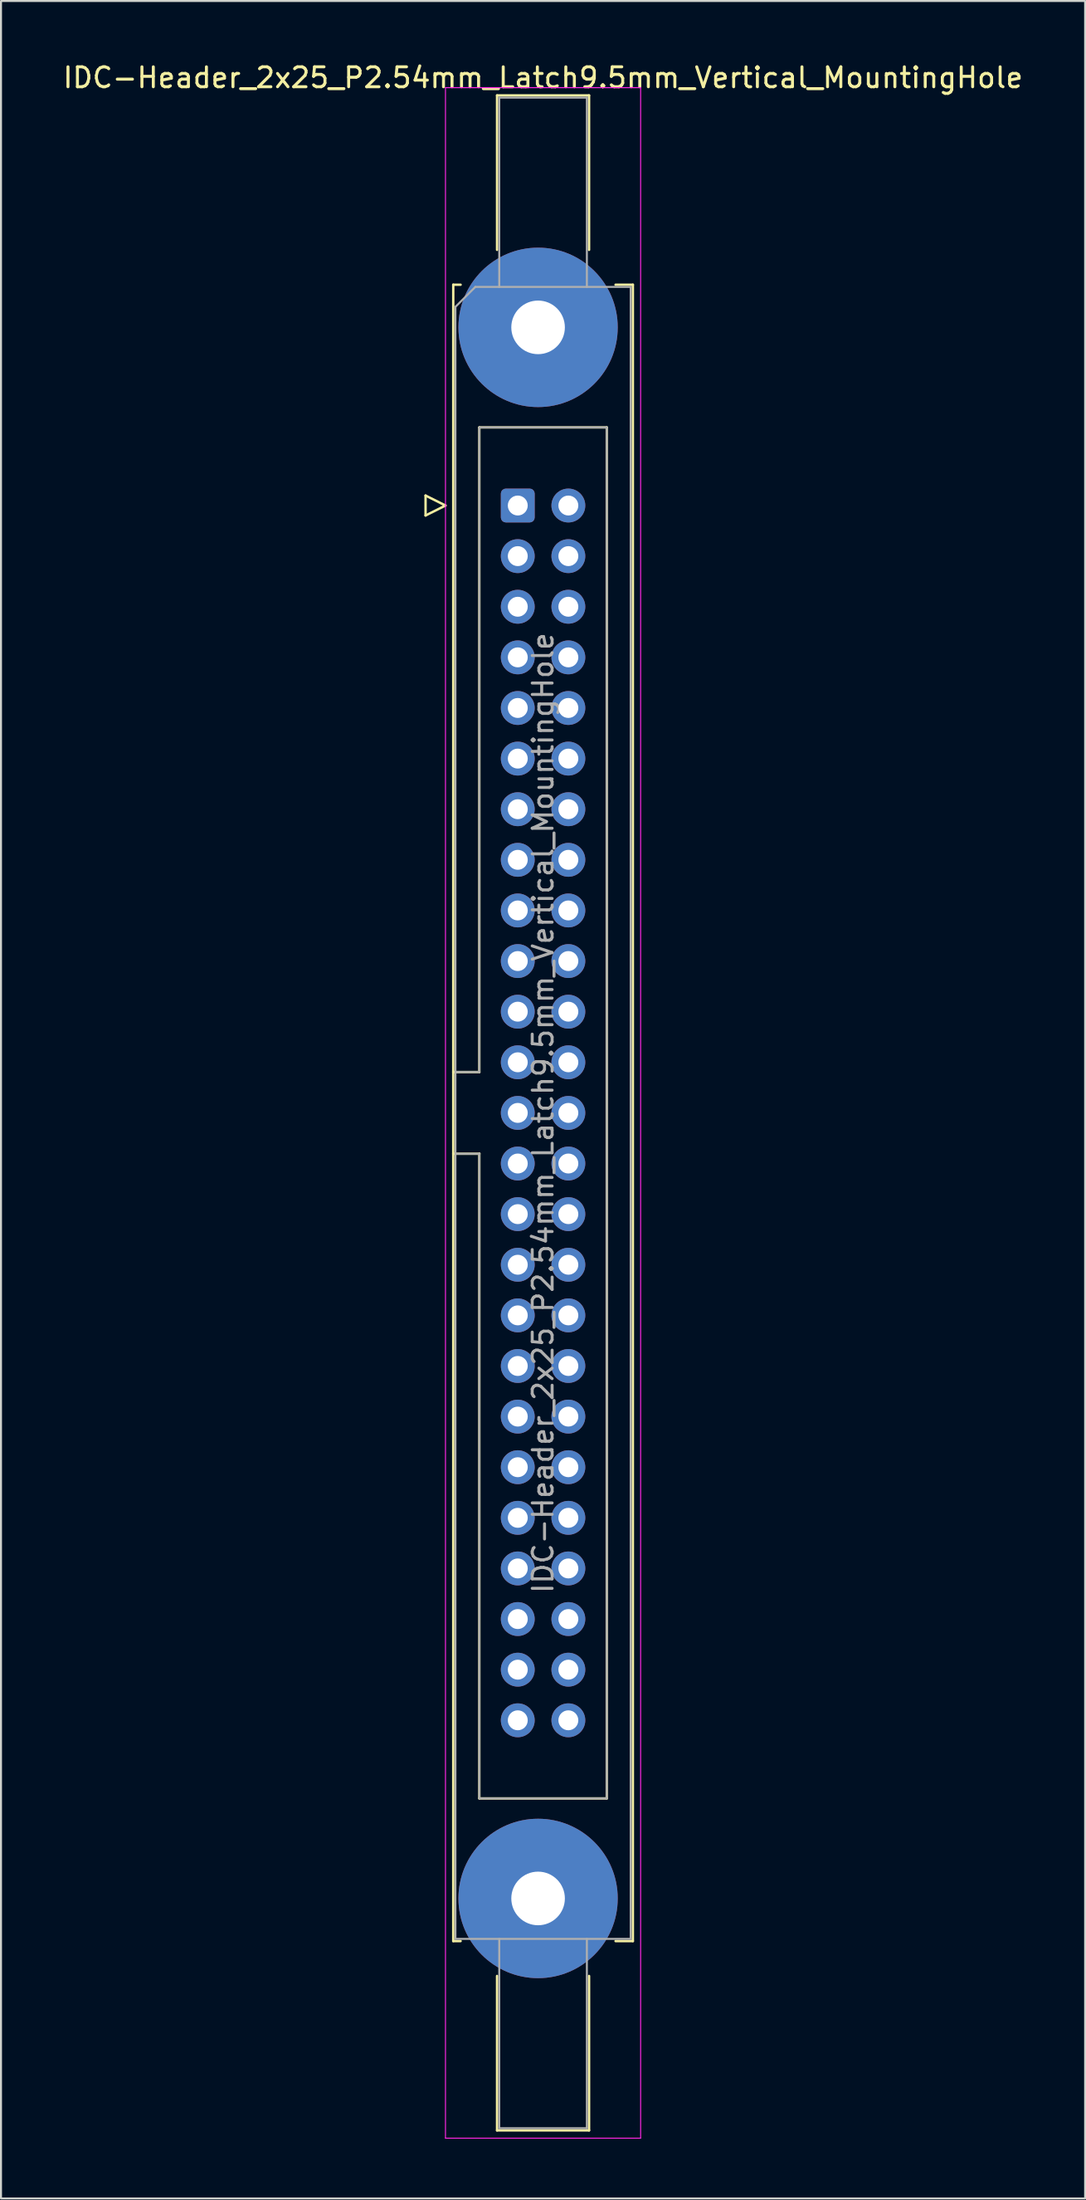
<source format=kicad_pcb>
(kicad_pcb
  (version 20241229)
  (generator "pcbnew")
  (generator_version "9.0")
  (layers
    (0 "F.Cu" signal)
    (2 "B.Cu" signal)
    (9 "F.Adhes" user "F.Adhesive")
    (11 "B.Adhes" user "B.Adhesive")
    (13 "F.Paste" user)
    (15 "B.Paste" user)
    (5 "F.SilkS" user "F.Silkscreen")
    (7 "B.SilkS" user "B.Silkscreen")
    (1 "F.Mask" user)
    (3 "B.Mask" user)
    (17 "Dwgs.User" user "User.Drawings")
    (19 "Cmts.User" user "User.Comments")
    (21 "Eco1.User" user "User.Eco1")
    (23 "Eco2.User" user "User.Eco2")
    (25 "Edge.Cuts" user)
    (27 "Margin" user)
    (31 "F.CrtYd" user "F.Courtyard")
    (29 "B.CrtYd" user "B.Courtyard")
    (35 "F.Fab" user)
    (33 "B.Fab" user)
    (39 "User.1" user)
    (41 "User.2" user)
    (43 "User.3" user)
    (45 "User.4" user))
  (footprint "IDC-Header_2x25_P2.54mm_Latch9.5mm_Vertical_MountingHole"
    (layer "F.Cu")
    (at 22.95 22.318)
    (property "Reference" "IDC-Header_2x25_P2.54mm_Latch9.5mm_Vertical_MountingHole" (at 1.27 -21.47 0) (layer "F.SilkS") (effects (font (size 1 1) (thickness 0.15))))
    (attr through_hole)
    (fp_line (start -4.63 -0.5) (end -4.63 0.5) (stroke (width 0.12) (type solid)) (layer "F.SilkS"))
    (fp_line (start -4.63 0.5) (end -3.63 0) (stroke (width 0.12) (type solid)) (layer "F.SilkS"))
    (fp_line (start -3.63 0) (end -4.63 -0.5) (stroke (width 0.12) (type solid)) (layer "F.SilkS"))
    (fp_line (start -3.24 -11.08) (end -3.24 72.04) (stroke (width 0.12) (type solid)) (layer "F.SilkS"))
    (fp_line (start -3.24 28.43) (end -1.93 28.43) (stroke (width 0.12) (type solid)) (layer "F.SilkS"))
    (fp_line (start -3.24 72.04) (end -2.87 72.04) (stroke (width 0.12) (type solid)) (layer "F.SilkS"))
    (fp_line (start -2.87 -11.08) (end -3.24 -11.08) (stroke (width 0.12) (type solid)) (layer "F.SilkS"))
    (fp_line (start -1.93 -3.92) (end 4.47 -3.92) (stroke (width 0.12) (type solid)) (layer "F.SilkS"))
    (fp_line (start -1.93 28.43) (end -1.93 -3.92) (stroke (width 0.12) (type solid)) (layer "F.SilkS"))
    (fp_line (start -1.93 32.53) (end -3.24 32.53) (stroke (width 0.12) (type solid)) (layer "F.SilkS"))
    (fp_line (start -1.93 32.53) (end -1.93 32.53) (stroke (width 0.12) (type solid)) (layer "F.SilkS"))
    (fp_line (start -1.93 64.88) (end -1.93 32.53) (stroke (width 0.12) (type solid)) (layer "F.SilkS"))
    (fp_line (start -1.04 -20.58) (end 3.58 -20.58) (stroke (width 0.12) (type solid)) (layer "F.SilkS"))
    (fp_line (start -1.04 -12.83) (end -1.04 -20.58) (stroke (width 0.12) (type solid)) (layer "F.SilkS"))
    (fp_line (start -1.04 73.79) (end -1.04 81.54) (stroke (width 0.12) (type solid)) (layer "F.SilkS"))
    (fp_line (start -1.04 81.54) (end 3.58 81.54) (stroke (width 0.12) (type solid)) (layer "F.SilkS"))
    (fp_line (start 3.58 -20.58) (end 3.58 -12.83) (stroke (width 0.12) (type solid)) (layer "F.SilkS"))
    (fp_line (start 3.58 81.54) (end 3.58 73.79) (stroke (width 0.12) (type solid)) (layer "F.SilkS"))
    (fp_line (start 4.47 -3.92) (end 4.47 64.88) (stroke (width 0.12) (type solid)) (layer "F.SilkS"))
    (fp_line (start 4.47 64.88) (end -1.93 64.88) (stroke (width 0.12) (type solid)) (layer "F.SilkS"))
    (fp_line (start 4.91 -11.08) (end 5.78 -11.08) (stroke (width 0.12) (type solid)) (layer "F.SilkS"))
    (fp_line (start 5.78 -11.08) (end 5.78 72.04) (stroke (width 0.12) (type solid)) (layer "F.SilkS"))
    (fp_line (start 5.78 72.04) (end 4.91 72.04) (stroke (width 0.12) (type solid)) (layer "F.SilkS"))
    (fp_line (start -3.63 -20.97) (end -3.63 81.93) (stroke (width 0.05) (type solid)) (layer "F.CrtYd"))
    (fp_line (start -3.63 81.93) (end 6.17 81.93) (stroke (width 0.05) (type solid)) (layer "F.CrtYd"))
    (fp_line (start 6.17 -20.97) (end -3.63 -20.97) (stroke (width 0.05) (type solid)) (layer "F.CrtYd"))
    (fp_line (start 6.17 81.93) (end 6.17 -20.97) (stroke (width 0.05) (type solid)) (layer "F.CrtYd"))
    (fp_line (start -3.13 -9.97) (end -2.13 -10.97) (stroke (width 0.1) (type solid)) (layer "F.Fab"))
    (fp_line (start -3.13 28.43) (end -1.93 28.43) (stroke (width 0.1) (type solid)) (layer "F.Fab"))
    (fp_line (start -3.13 71.93) (end -3.13 -9.97) (stroke (width 0.1) (type solid)) (layer "F.Fab"))
    (fp_line (start -2.13 -10.97) (end 5.67 -10.97) (stroke (width 0.1) (type solid)) (layer "F.Fab"))
    (fp_line (start -1.93 -3.92) (end 4.47 -3.92) (stroke (width 0.1) (type solid)) (layer "F.Fab"))
    (fp_line (start -1.93 28.43) (end -1.93 -3.92) (stroke (width 0.1) (type solid)) (layer "F.Fab"))
    (fp_line (start -1.93 32.53) (end -3.13 32.53) (stroke (width 0.1) (type solid)) (layer "F.Fab"))
    (fp_line (start -1.93 32.53) (end -1.93 32.53) (stroke (width 0.1) (type solid)) (layer "F.Fab"))
    (fp_line (start -1.93 64.88) (end -1.93 32.53) (stroke (width 0.1) (type solid)) (layer "F.Fab"))
    (fp_line (start -0.93 -20.47) (end 3.47 -20.47) (stroke (width 0.1) (type solid)) (layer "F.Fab"))
    (fp_line (start -0.93 -10.97) (end -0.93 -20.47) (stroke (width 0.1) (type solid)) (layer "F.Fab"))
    (fp_line (start -0.93 71.93) (end -0.93 81.43) (stroke (width 0.1) (type solid)) (layer "F.Fab"))
    (fp_line (start -0.93 81.43) (end 3.47 81.43) (stroke (width 0.1) (type solid)) (layer "F.Fab"))
    (fp_line (start 3.47 -20.47) (end 3.47 -10.97) (stroke (width 0.1) (type solid)) (layer "F.Fab"))
    (fp_line (start 3.47 81.43) (end 3.47 71.93) (stroke (width 0.1) (type solid)) (layer "F.Fab"))
    (fp_line (start 4.47 -3.92) (end 4.47 64.88) (stroke (width 0.1) (type solid)) (layer "F.Fab"))
    (fp_line (start 4.47 64.88) (end -1.93 64.88) (stroke (width 0.1) (type solid)) (layer "F.Fab"))
    (fp_line (start 5.67 -10.97) (end 5.67 71.93) (stroke (width 0.1) (type solid)) (layer "F.Fab"))
    (fp_line (start 5.67 71.93) (end -3.13 71.93) (stroke (width 0.1) (type solid)) (layer "F.Fab"))
    (fp_text user "${REFERENCE}" (at 1.27 30.48 90) (layer "F.Fab") (effects (font (size 1 1) (thickness 0.15))))
    (pad "" thru_hole circle (at 1.02 -8.94) (size 8 8) (drill 2.69) (layers "*.Cu" "*.Mask"))
    (pad "" thru_hole circle (at 1.02 69.9) (size 8 8) (drill 2.69) (layers "*.Cu" "*.Mask"))
    (pad "1" thru_hole roundrect (at 0 0) (size 1.7 1.7) (drill 1) (layers "*.Cu" "*.Mask") (roundrect_rratio 0.147))
    (pad "2" thru_hole circle (at 2.54 0) (size 1.7 1.7) (drill 1) (layers "*.Cu" "*.Mask"))
    (pad "3" thru_hole circle (at 0 2.54) (size 1.7 1.7) (drill 1) (layers "*.Cu" "*.Mask"))
    (pad "4" thru_hole circle (at 2.54 2.54) (size 1.7 1.7) (drill 1) (layers "*.Cu" "*.Mask"))
    (pad "5" thru_hole circle (at 0 5.08) (size 1.7 1.7) (drill 1) (layers "*.Cu" "*.Mask"))
    (pad "6" thru_hole circle (at 2.54 5.08) (size 1.7 1.7) (drill 1) (layers "*.Cu" "*.Mask"))
    (pad "7" thru_hole circle (at 0 7.62) (size 1.7 1.7) (drill 1) (layers "*.Cu" "*.Mask"))
    (pad "8" thru_hole circle (at 2.54 7.62) (size 1.7 1.7) (drill 1) (layers "*.Cu" "*.Mask"))
    (pad "9" thru_hole circle (at 0 10.16) (size 1.7 1.7) (drill 1) (layers "*.Cu" "*.Mask"))
    (pad "10" thru_hole circle (at 2.54 10.16) (size 1.7 1.7) (drill 1) (layers "*.Cu" "*.Mask"))
    (pad "11" thru_hole circle (at 0 12.7) (size 1.7 1.7) (drill 1) (layers "*.Cu" "*.Mask"))
    (pad "12" thru_hole circle (at 2.54 12.7) (size 1.7 1.7) (drill 1) (layers "*.Cu" "*.Mask"))
    (pad "13" thru_hole circle (at 0 15.24) (size 1.7 1.7) (drill 1) (layers "*.Cu" "*.Mask"))
    (pad "14" thru_hole circle (at 2.54 15.24) (size 1.7 1.7) (drill 1) (layers "*.Cu" "*.Mask"))
    (pad "15" thru_hole circle (at 0 17.78) (size 1.7 1.7) (drill 1) (layers "*.Cu" "*.Mask"))
    (pad "16" thru_hole circle (at 2.54 17.78) (size 1.7 1.7) (drill 1) (layers "*.Cu" "*.Mask"))
    (pad "17" thru_hole circle (at 0 20.32) (size 1.7 1.7) (drill 1) (layers "*.Cu" "*.Mask"))
    (pad "18" thru_hole circle (at 2.54 20.32) (size 1.7 1.7) (drill 1) (layers "*.Cu" "*.Mask"))
    (pad "19" thru_hole circle (at 0 22.86) (size 1.7 1.7) (drill 1) (layers "*.Cu" "*.Mask"))
    (pad "20" thru_hole circle (at 2.54 22.86) (size 1.7 1.7) (drill 1) (layers "*.Cu" "*.Mask"))
    (pad "21" thru_hole circle (at 0 25.4) (size 1.7 1.7) (drill 1) (layers "*.Cu" "*.Mask"))
    (pad "22" thru_hole circle (at 2.54 25.4) (size 1.7 1.7) (drill 1) (layers "*.Cu" "*.Mask"))
    (pad "23" thru_hole circle (at 0 27.94) (size 1.7 1.7) (drill 1) (layers "*.Cu" "*.Mask"))
    (pad "24" thru_hole circle (at 2.54 27.94) (size 1.7 1.7) (drill 1) (layers "*.Cu" "*.Mask"))
    (pad "25" thru_hole circle (at 0 30.48) (size 1.7 1.7) (drill 1) (layers "*.Cu" "*.Mask"))
    (pad "26" thru_hole circle (at 2.54 30.48) (size 1.7 1.7) (drill 1) (layers "*.Cu" "*.Mask"))
    (pad "27" thru_hole circle (at 0 33.02) (size 1.7 1.7) (drill 1) (layers "*.Cu" "*.Mask"))
    (pad "28" thru_hole circle (at 2.54 33.02) (size 1.7 1.7) (drill 1) (layers "*.Cu" "*.Mask"))
    (pad "29" thru_hole circle (at 0 35.56) (size 1.7 1.7) (drill 1) (layers "*.Cu" "*.Mask"))
    (pad "30" thru_hole circle (at 2.54 35.56) (size 1.7 1.7) (drill 1) (layers "*.Cu" "*.Mask"))
    (pad "31" thru_hole circle (at 0 38.1) (size 1.7 1.7) (drill 1) (layers "*.Cu" "*.Mask"))
    (pad "32" thru_hole circle (at 2.54 38.1) (size 1.7 1.7) (drill 1) (layers "*.Cu" "*.Mask"))
    (pad "33" thru_hole circle (at 0 40.64) (size 1.7 1.7) (drill 1) (layers "*.Cu" "*.Mask"))
    (pad "34" thru_hole circle (at 2.54 40.64) (size 1.7 1.7) (drill 1) (layers "*.Cu" "*.Mask"))
    (pad "35" thru_hole circle (at 0 43.18) (size 1.7 1.7) (drill 1) (layers "*.Cu" "*.Mask"))
    (pad "36" thru_hole circle (at 2.54 43.18) (size 1.7 1.7) (drill 1) (layers "*.Cu" "*.Mask"))
    (pad "37" thru_hole circle (at 0 45.72) (size 1.7 1.7) (drill 1) (layers "*.Cu" "*.Mask"))
    (pad "38" thru_hole circle (at 2.54 45.72) (size 1.7 1.7) (drill 1) (layers "*.Cu" "*.Mask"))
    (pad "39" thru_hole circle (at 0 48.26) (size 1.7 1.7) (drill 1) (layers "*.Cu" "*.Mask"))
    (pad "40" thru_hole circle (at 2.54 48.26) (size 1.7 1.7) (drill 1) (layers "*.Cu" "*.Mask"))
    (pad "41" thru_hole circle (at 0 50.8) (size 1.7 1.7) (drill 1) (layers "*.Cu" "*.Mask"))
    (pad "42" thru_hole circle (at 2.54 50.8) (size 1.7 1.7) (drill 1) (layers "*.Cu" "*.Mask"))
    (pad "43" thru_hole circle (at 0 53.34) (size 1.7 1.7) (drill 1) (layers "*.Cu" "*.Mask"))
    (pad "44" thru_hole circle (at 2.54 53.34) (size 1.7 1.7) (drill 1) (layers "*.Cu" "*.Mask"))
    (pad "45" thru_hole circle (at 0 55.88) (size 1.7 1.7) (drill 1) (layers "*.Cu" "*.Mask"))
    (pad "46" thru_hole circle (at 2.54 55.88) (size 1.7 1.7) (drill 1) (layers "*.Cu" "*.Mask"))
    (pad "47" thru_hole circle (at 0 58.42) (size 1.7 1.7) (drill 1) (layers "*.Cu" "*.Mask"))
    (pad "48" thru_hole circle (at 2.54 58.42) (size 1.7 1.7) (drill 1) (layers "*.Cu" "*.Mask"))
    (pad "49" thru_hole circle (at 0 60.96) (size 1.7 1.7) (drill 1) (layers "*.Cu" "*.Mask"))
    (pad "50" thru_hole circle (at 2.54 60.96) (size 1.7 1.7) (drill 1) (layers "*.Cu" "*.Mask")))
  (gr_rect
    (start -3 -3)
    (end 51.44 107.273)
    (stroke (width 0.1) (type default))
    (fill no)
    (layer "Edge.Cuts")))
</source>
